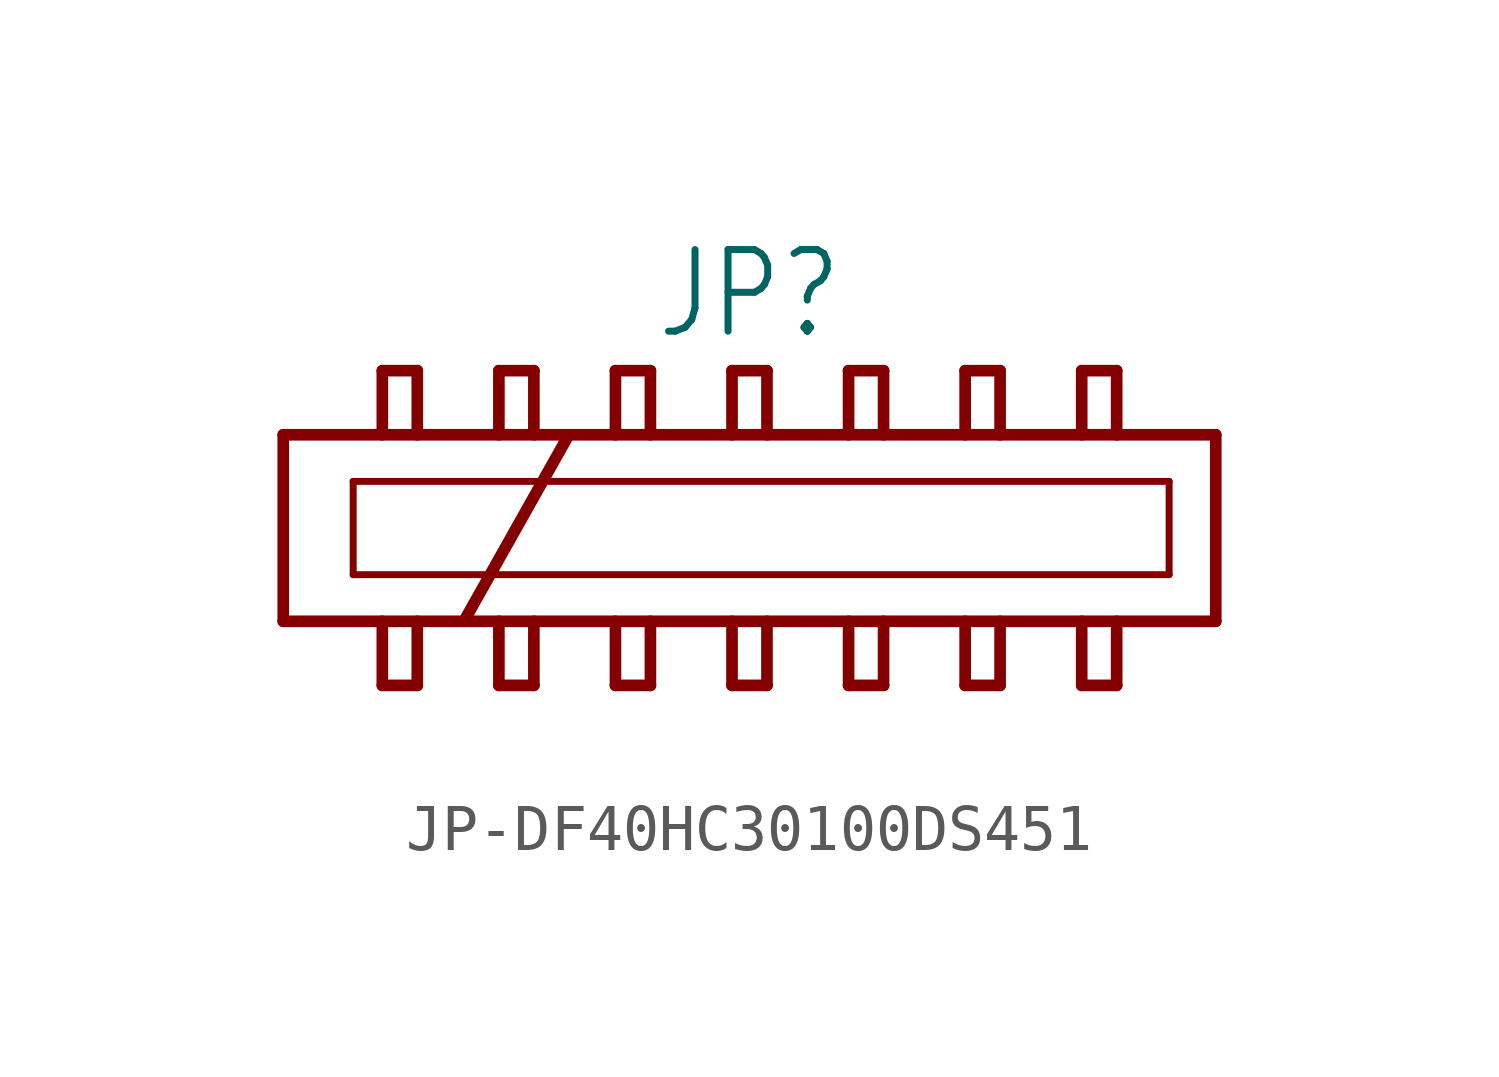
<source format=kicad_sym>
(kicad_symbol_lib
  (version 20231120)
  (generator "kicad_symbol_editor")
  (generator_version "8.0")
  (symbol "JP-DF40HC30100DS451"
    (property "Reference" "JP"
      (at 0 4.064 0)
      (effects (font (size 1.778 1.511)) (justify bottom)))
    (property "Value" ""
      (at 0 -4.064 0)
      (effects (font (size 1.778 1.511)) (justify top)))
    (property "ki_locked" ""
      (at 0 0 0)
      (effects (font (size 1.27 1.27))))
    (symbol "JP-DF40HC30100DS451_1_0"
      (polyline (pts (xy -10.16 -2.032) (xy -10.16 2.032)) (stroke (width 0.254) (type solid)) (fill (type none)))
      (polyline (pts (xy -8.636 -1.016) (xy 9.144 -1.016)) (stroke (width 0.152) (type solid)) (fill (type none)))
      (polyline (pts (xy -8.636 1.016) (xy -8.636 -1.016)) (stroke (width 0.152) (type solid)) (fill (type none)))
      (polyline (pts (xy -8.001 -3.429) (xy -8.001 -2.032)) (stroke (width 0.254) (type solid)) (fill (type none)))
      (polyline (pts (xy -8.001 2.032) (xy -8.001 3.429)) (stroke (width 0.254) (type solid)) (fill (type none)))
      (polyline (pts (xy -8.001 3.429) (xy -7.239 3.429)) (stroke (width 0.254) (type solid)) (fill (type none)))
      (polyline (pts (xy -7.239 -3.429) (xy -8.001 -3.429)) (stroke (width 0.254) (type solid)) (fill (type none)))
      (polyline (pts (xy -7.239 -2.032) (xy -7.239 -3.429)) (stroke (width 0.254) (type solid)) (fill (type none)))
      (polyline (pts (xy -7.239 3.429) (xy -7.239 2.032)) (stroke (width 0.254) (type solid)) (fill (type none)))
      (polyline (pts (xy -6.223 -2.032) (xy -10.16 -2.032)) (stroke (width 0.254) (type solid)) (fill (type none)))
      (polyline (pts (xy -6.223 -2.032) (xy -3.937 2.032)) (stroke (width 0.254) (type solid)) (fill (type none)))
      (polyline (pts (xy -5.461 -3.429) (xy -5.461 -2.032)) (stroke (width 0.254) (type solid)) (fill (type none)))
      (polyline (pts (xy -5.461 2.032) (xy -5.461 3.429)) (stroke (width 0.254) (type solid)) (fill (type none)))
      (polyline (pts (xy -5.461 3.429) (xy -4.699 3.429)) (stroke (width 0.254) (type solid)) (fill (type none)))
      (polyline (pts (xy -4.699 -3.429) (xy -5.461 -3.429)) (stroke (width 0.254) (type solid)) (fill (type none)))
      (polyline (pts (xy -4.699 -2.032) (xy -4.699 -3.429)) (stroke (width 0.254) (type solid)) (fill (type none)))
      (polyline (pts (xy -4.699 3.429) (xy -4.699 2.032)) (stroke (width 0.254) (type solid)) (fill (type none)))
      (polyline (pts (xy -3.937 2.032) (xy -10.16 2.032)) (stroke (width 0.254) (type solid)) (fill (type none)))
      (polyline (pts (xy -2.921 -3.429) (xy -2.921 -2.032)) (stroke (width 0.254) (type solid)) (fill (type none)))
      (polyline (pts (xy -2.921 2.032) (xy -2.921 3.429)) (stroke (width 0.254) (type solid)) (fill (type none)))
      (polyline (pts (xy -2.921 3.429) (xy -2.159 3.429)) (stroke (width 0.254) (type solid)) (fill (type none)))
      (polyline (pts (xy -2.159 -3.429) (xy -2.921 -3.429)) (stroke (width 0.254) (type solid)) (fill (type none)))
      (polyline (pts (xy -2.159 -2.032) (xy -2.159 -3.429)) (stroke (width 0.254) (type solid)) (fill (type none)))
      (polyline (pts (xy -2.159 3.429) (xy -2.159 2.032)) (stroke (width 0.254) (type solid)) (fill (type none)))
      (polyline (pts (xy -0.381 -3.429) (xy -0.381 -2.032)) (stroke (width 0.254) (type solid)) (fill (type none)))
      (polyline (pts (xy -0.381 2.032) (xy -0.381 3.429)) (stroke (width 0.254) (type solid)) (fill (type none)))
      (polyline (pts (xy -0.381 3.429) (xy 0.381 3.429)) (stroke (width 0.254) (type solid)) (fill (type none)))
      (polyline (pts (xy 0.381 -3.429) (xy -0.381 -3.429)) (stroke (width 0.254) (type solid)) (fill (type none)))
      (polyline (pts (xy 0.381 -2.032) (xy 0.381 -3.429)) (stroke (width 0.254) (type solid)) (fill (type none)))
      (polyline (pts (xy 0.381 3.429) (xy 0.381 2.032)) (stroke (width 0.254) (type solid)) (fill (type none)))
      (polyline (pts (xy 2.159 -3.429) (xy 2.159 -2.032)) (stroke (width 0.254) (type solid)) (fill (type none)))
      (polyline (pts (xy 2.159 2.032) (xy 2.159 3.429)) (stroke (width 0.254) (type solid)) (fill (type none)))
      (polyline (pts (xy 2.159 3.429) (xy 2.921 3.429)) (stroke (width 0.254) (type solid)) (fill (type none)))
      (polyline (pts (xy 2.921 -3.429) (xy 2.159 -3.429)) (stroke (width 0.254) (type solid)) (fill (type none)))
      (polyline (pts (xy 2.921 -2.032) (xy 2.921 -3.429)) (stroke (width 0.254) (type solid)) (fill (type none)))
      (polyline (pts (xy 2.921 3.429) (xy 2.921 2.032)) (stroke (width 0.254) (type solid)) (fill (type none)))
      (polyline (pts (xy 4.699 -3.429) (xy 4.699 -2.032)) (stroke (width 0.254) (type solid)) (fill (type none)))
      (polyline (pts (xy 4.699 2.032) (xy 4.699 3.429)) (stroke (width 0.254) (type solid)) (fill (type none)))
      (polyline (pts (xy 4.699 3.429) (xy 5.461 3.429)) (stroke (width 0.254) (type solid)) (fill (type none)))
      (polyline (pts (xy 5.461 -3.429) (xy 4.699 -3.429)) (stroke (width 0.254) (type solid)) (fill (type none)))
      (polyline (pts (xy 5.461 -2.032) (xy 5.461 -3.429)) (stroke (width 0.254) (type solid)) (fill (type none)))
      (polyline (pts (xy 5.461 3.429) (xy 5.461 2.032)) (stroke (width 0.254) (type solid)) (fill (type none)))
      (polyline (pts (xy 7.239 -3.429) (xy 7.239 -2.032)) (stroke (width 0.254) (type solid)) (fill (type none)))
      (polyline (pts (xy 7.239 2.032) (xy 7.239 3.429)) (stroke (width 0.254) (type solid)) (fill (type none)))
      (polyline (pts (xy 7.239 3.429) (xy 8.001 3.429)) (stroke (width 0.254) (type solid)) (fill (type none)))
      (polyline (pts (xy 8.001 -3.429) (xy 7.239 -3.429)) (stroke (width 0.254) (type solid)) (fill (type none)))
      (polyline (pts (xy 8.001 -2.032) (xy 8.001 -3.429)) (stroke (width 0.254) (type solid)) (fill (type none)))
      (polyline (pts (xy 8.001 3.429) (xy 8.001 2.032)) (stroke (width 0.254) (type solid)) (fill (type none)))
      (polyline (pts (xy 9.144 -1.016) (xy 9.144 1.016)) (stroke (width 0.152) (type solid)) (fill (type none)))
      (polyline (pts (xy 9.144 1.016) (xy -8.636 1.016)) (stroke (width 0.152) (type solid)) (fill (type none)))
      (polyline (pts (xy 10.16 -2.032) (xy -6.223 -2.032)) (stroke (width 0.254) (type solid)) (fill (type none)))
      (polyline (pts (xy 10.16 2.032) (xy -3.937 2.032)) (stroke (width 0.254) (type solid)) (fill (type none)))
      (polyline (pts (xy 10.16 2.032) (xy 10.16 -2.032)) (stroke (width 0.254) (type solid)) (fill (type none))))))
</source>
